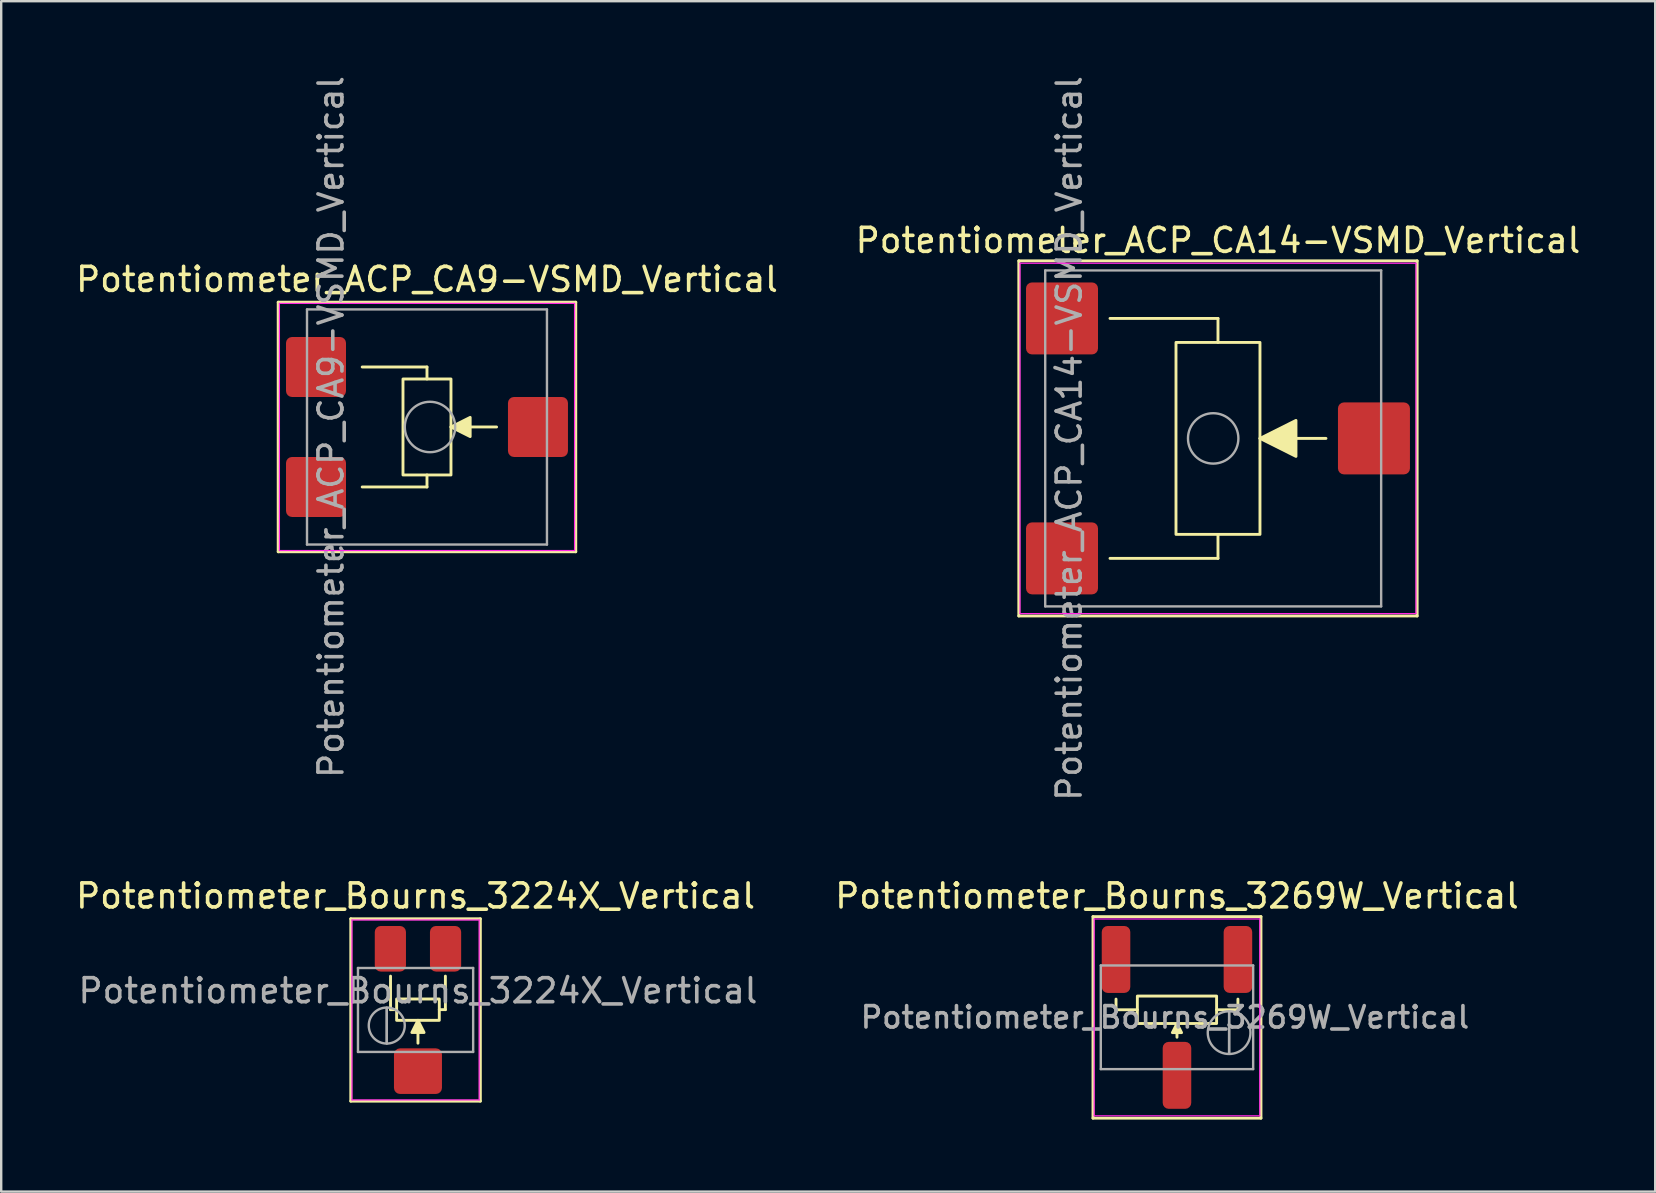
<source format=kicad_pcb>
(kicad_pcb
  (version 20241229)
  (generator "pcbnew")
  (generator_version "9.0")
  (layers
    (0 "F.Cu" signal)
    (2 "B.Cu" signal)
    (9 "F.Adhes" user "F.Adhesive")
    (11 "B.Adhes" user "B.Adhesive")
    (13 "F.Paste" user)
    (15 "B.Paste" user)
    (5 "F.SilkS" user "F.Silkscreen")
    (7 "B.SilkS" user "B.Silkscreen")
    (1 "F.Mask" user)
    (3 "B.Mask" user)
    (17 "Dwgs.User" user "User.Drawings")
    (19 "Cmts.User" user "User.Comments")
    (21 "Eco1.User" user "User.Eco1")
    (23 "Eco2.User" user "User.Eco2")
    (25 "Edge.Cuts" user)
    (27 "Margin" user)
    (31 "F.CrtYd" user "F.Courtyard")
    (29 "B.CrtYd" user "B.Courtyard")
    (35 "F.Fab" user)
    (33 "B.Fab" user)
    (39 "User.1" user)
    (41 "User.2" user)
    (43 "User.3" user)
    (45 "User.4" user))
  (footprint "Potentiometer_Bourns_3224X_Vertical"
    (layer "F.Cu")
    (at 14.368 39.039)
    (property "Reference" "Potentiometer_Bourns_3224X_Vertical" (at -0.1 -4.75 0) (layer "F.SilkS") (effects (font (size 1 1) (thickness 0.15))))
    (attr smd)
    (fp_line (start -2.8 -3.8) (end -2.8 3.8) (stroke (width 0.12) (type solid)) (layer "F.SilkS"))
    (fp_line (start -2.8 3.8) (end 2.6 3.8) (stroke (width 0.12) (type solid)) (layer "F.SilkS"))
    (fp_line (start -1.143 -1.41) (end -1.143 -0.013) (stroke (width 0.12) (type solid)) (layer "F.SilkS"))
    (fp_line (start -1.143 -0.013) (end -0.889 -0.013) (stroke (width 0.12) (type solid)) (layer "F.SilkS"))
    (fp_line (start 0 1.384) (end 0 0.432) (stroke (width 0.12) (type solid)) (layer "F.SilkS"))
    (fp_line (start 1.143 -1.41) (end 1.143 -0.013) (stroke (width 0.12) (type solid)) (layer "F.SilkS"))
    (fp_line (start 1.143 -0.013) (end 0.889 -0.013) (stroke (width 0.12) (type solid)) (layer "F.SilkS"))
    (fp_line (start 2.6 -3.8) (end -2.8 -3.8) (stroke (width 0.12) (type solid)) (layer "F.SilkS"))
    (fp_line (start 2.6 3.8) (end 2.6 -3.8) (stroke (width 0.12) (type solid)) (layer "F.SilkS"))
    (fp_rect (start -0.889 0.432) (end 0.889 -0.457) (stroke (width 0.12) (type solid)) (fill no) (layer "F.SilkS"))
    (fp_poly (pts (xy 0 0.432) (xy 0.254 0.94) (xy -0.254 0.94)) (stroke (width 0.12) (type solid)) (fill yes) (layer "F.SilkS"))
    (fp_line (start -2.75 -3.75) (end -2.75 3.75) (stroke (width 0.05) (type solid)) (layer "F.CrtYd"))
    (fp_line (start -2.75 3.75) (end 2.55 3.75) (stroke (width 0.05) (type solid)) (layer "F.CrtYd"))
    (fp_line (start 2.55 -3.75) (end -2.75 -3.75) (stroke (width 0.05) (type solid)) (layer "F.CrtYd"))
    (fp_line (start 2.55 3.75) (end 2.55 -3.75) (stroke (width 0.05) (type solid)) (layer "F.CrtYd"))
    (fp_line (start -2.5 -1.75) (end -2.5 1.75) (stroke (width 0.1) (type solid)) (layer "F.Fab"))
    (fp_line (start -2.5 1.75) (end 2.3 1.75) (stroke (width 0.1) (type solid)) (layer "F.Fab"))
    (fp_line (start -1.3 1.393) (end -1.299 -0.092) (stroke (width 0.1) (type solid)) (layer "F.Fab"))
    (fp_line (start -1.3 1.393) (end -1.299 -0.092) (stroke (width 0.1) (type solid)) (layer "F.Fab"))
    (fp_line (start 2.3 -1.75) (end -2.5 -1.75) (stroke (width 0.1) (type solid)) (layer "F.Fab"))
    (fp_line (start 2.3 1.75) (end 2.3 -1.75) (stroke (width 0.1) (type solid)) (layer "F.Fab"))
    (fp_circle (center -1.3 0.65) (end -0.55 0.65) (stroke (width 0.1) (type solid)) (fill no) (layer "F.Fab"))
    (fp_text user "${REFERENCE}" (at 0 -0.8 0) (layer "F.Fab") (effects (font (size 1 1) (thickness 0.15))))
    (pad "1" smd roundrect (at 1.15 -2.55) (size 1.3 1.9) (layers "F.Cu" "F.Mask" "F.Paste") (roundrect_rratio 0.192))
    (pad "2" smd roundrect (at 0 2.55) (size 2 1.9) (layers "F.Cu" "F.Mask" "F.Paste") (roundrect_rratio 0.132))
    (pad "3" smd roundrect (at -1.15 -2.55) (size 1.3 1.9) (layers "F.Cu" "F.Mask" "F.Paste") (roundrect_rratio 0.192)))
  (footprint "Potentiometer_ACP_CA14-VSMD_Vertical"
    (layer "F.Cu")
    (at 47.708 15.22)
    (property "Reference" "Potentiometer_ACP_CA14-VSMD_Vertical" (at 0 -8.25 0) (layer "F.SilkS") (effects (font (size 1 1) (thickness 0.15))))
    (attr smd)
    (fp_line (start -8.3 -7.4) (end 8.3 -7.4) (stroke (width 0.12) (type solid)) (layer "F.SilkS"))
    (fp_line (start -8.3 7.4) (end -8.3 -7.4) (stroke (width 0.12) (type solid)) (layer "F.SilkS"))
    (fp_line (start -4.5 -5) (end 0 -5) (stroke (width 0.12) (type solid)) (layer "F.SilkS"))
    (fp_line (start -4.5 5) (end 0 5) (stroke (width 0.12) (type solid)) (layer "F.SilkS"))
    (fp_line (start 0 -5) (end 0 -4) (stroke (width 0.12) (type solid)) (layer "F.SilkS"))
    (fp_line (start 0 5) (end 0 4) (stroke (width 0.12) (type solid)) (layer "F.SilkS"))
    (fp_line (start 1.75 0) (end 4.5 0) (stroke (width 0.12) (type solid)) (layer "F.SilkS"))
    (fp_line (start 8.3 -7.4) (end 8.3 7.4) (stroke (width 0.12) (type solid)) (layer "F.SilkS"))
    (fp_line (start 8.3 7.4) (end -8.3 7.4) (stroke (width 0.12) (type solid)) (layer "F.SilkS"))
    (fp_rect (start -1.75 -4) (end 1.75 4) (stroke (width 0.12) (type solid)) (fill no) (layer "F.SilkS"))
    (fp_poly (pts (xy 3.25 0.75) (xy 1.75 0) (xy 3.25 -0.75)) (stroke (width 0.12) (type solid)) (fill yes) (layer "F.SilkS"))
    (fp_line (start -8.25 -7.3) (end -8.25 7.3) (stroke (width 0.05) (type solid)) (layer "F.CrtYd"))
    (fp_line (start -8.25 7.3) (end 8.25 7.3) (stroke (width 0.05) (type solid)) (layer "F.CrtYd"))
    (fp_line (start 8.25 -7.3) (end -8.25 -7.3) (stroke (width 0.05) (type solid)) (layer "F.CrtYd"))
    (fp_line (start 8.25 7.3) (end 8.25 -7.3) (stroke (width 0.05) (type solid)) (layer "F.CrtYd"))
    (fp_line (start -7.2 -7) (end -7.2 7) (stroke (width 0.1) (type solid)) (layer "F.Fab"))
    (fp_line (start -7.2 7) (end 6.8 7) (stroke (width 0.1) (type solid)) (layer "F.Fab"))
    (fp_line (start 6.8 -7) (end -7.2 -7) (stroke (width 0.1) (type solid)) (layer "F.Fab"))
    (fp_line (start 6.8 7) (end 6.8 -7) (stroke (width 0.1) (type solid)) (layer "F.Fab"))
    (fp_circle (center -0.2 0) (end 0.85 0) (stroke (width 0.1) (type solid)) (fill no) (layer "F.Fab"))
    (fp_text user "${REFERENCE}" (at -6.2 0 90) (layer "F.Fab") (effects (font (size 1 1) (thickness 0.15))))
    (pad "1" smd roundrect (at -6.5 5) (size 3 3) (layers "F.Cu" "F.Mask" "F.Paste") (roundrect_rratio 0.083))
    (pad "2" smd roundrect (at 6.5 0) (size 3 3) (layers "F.Cu" "F.Mask" "F.Paste") (roundrect_rratio 0.083))
    (pad "3" smd roundrect (at -6.5 -5) (size 3 3) (layers "F.Cu" "F.Mask" "F.Paste") (roundrect_rratio 0.083)))
  (footprint "Potentiometer_Bourns_3269W_Vertical"
    (layer "F.Cu")
    (at 45.999 39.349)
    (property "Reference" "Potentiometer_Bourns_3269W_Vertical" (at 0 -5.06 0) (layer "F.SilkS") (effects (font (size 1 1) (thickness 0.15))))
    (attr smd)
    (fp_line (start -3.5 -4.2) (end 3.5 -4.2) (stroke (width 0.12) (type solid)) (layer "F.SilkS"))
    (fp_line (start -3.5 4.2) (end -3.5 -4.2) (stroke (width 0.12) (type solid)) (layer "F.SilkS"))
    (fp_line (start -2.54 -0.318) (end -2.54 -0.762) (stroke (width 0.12) (type solid)) (layer "F.SilkS"))
    (fp_line (start -1.651 -0.318) (end -2.54 -0.318) (stroke (width 0.12) (type solid)) (layer "F.SilkS"))
    (fp_line (start 0 0.254) (end 0 0.826) (stroke (width 0.12) (type solid)) (layer "F.SilkS"))
    (fp_line (start 1.651 -0.318) (end 2.54 -0.318) (stroke (width 0.12) (type solid)) (layer "F.SilkS"))
    (fp_line (start 2.54 -0.318) (end 2.54 -0.762) (stroke (width 0.12) (type solid)) (layer "F.SilkS"))
    (fp_line (start 3.5 -4.2) (end 3.5 4.2) (stroke (width 0.12) (type solid)) (layer "F.SilkS"))
    (fp_line (start 3.5 4.2) (end -3.5 4.2) (stroke (width 0.12) (type solid)) (layer "F.SilkS"))
    (fp_rect (start -1.651 -0.889) (end 1.651 0.254) (stroke (width 0.12) (type solid)) (fill no) (layer "F.SilkS"))
    (fp_poly (pts (xy 0 0.254) (xy 0.191 0.635) (xy -0.191 0.635) (xy 0 0.254)) (stroke (width 0.12) (type solid)) (fill yes) (layer "F.SilkS"))
    (fp_line (start -3.45 -4.1) (end -3.45 4.1) (stroke (width 0.05) (type solid)) (layer "F.CrtYd"))
    (fp_line (start -3.45 4.1) (end 3.45 4.1) (stroke (width 0.05) (type solid)) (layer "F.CrtYd"))
    (fp_line (start 3.45 -4.1) (end -3.45 -4.1) (stroke (width 0.05) (type solid)) (layer "F.CrtYd"))
    (fp_line (start 3.45 4.1) (end 3.45 -4.1) (stroke (width 0.05) (type solid)) (layer "F.CrtYd"))
    (fp_line (start -3.175 -2.165) (end -3.175 2.155) (stroke (width 0.1) (type solid)) (layer "F.Fab"))
    (fp_line (start -3.175 2.155) (end 3.175 2.155) (stroke (width 0.1) (type solid)) (layer "F.Fab"))
    (fp_line (start 2.173 1.517) (end 2.174 -0.246) (stroke (width 0.1) (type solid)) (layer "F.Fab"))
    (fp_line (start 2.173 1.517) (end 2.174 -0.246) (stroke (width 0.1) (type solid)) (layer "F.Fab"))
    (fp_line (start 3.175 -2.165) (end -3.175 -2.165) (stroke (width 0.1) (type solid)) (layer "F.Fab"))
    (fp_line (start 3.175 2.155) (end 3.175 -2.165) (stroke (width 0.1) (type solid)) (layer "F.Fab"))
    (fp_circle (center 2.173 0.635) (end 3.063 0.635) (stroke (width 0.1) (type solid)) (fill no) (layer "F.Fab"))
    (fp_text user "${REFERENCE}" (at -0.501 -0.005 0) (layer "F.Fab") (effects (font (size 0.89 0.89) (thickness 0.15))))
    (pad "1" smd roundrect (at 2.54 -2.415) (size 1.19 2.79) (layers "F.Cu" "F.Mask" "F.Paste") (roundrect_rratio 0.21))
    (pad "2" smd roundrect (at 0 2.415) (size 1.19 2.79) (layers "F.Cu" "F.Mask" "F.Paste") (roundrect_rratio 0.21))
    (pad "3" smd roundrect (at -2.54 -2.415) (size 1.19 2.79) (layers "F.Cu" "F.Mask" "F.Paste") (roundrect_rratio 0.21)))
  (footprint "Potentiometer_ACP_CA9-VSMD_Vertical"
    (layer "F.Cu")
    (at 14.744 14.744)
    (property "Reference" "Potentiometer_ACP_CA9-VSMD_Vertical" (at 0 -6.15 0) (layer "F.SilkS") (effects (font (size 1 1) (thickness 0.15))))
    (attr smd)
    (fp_line (start -6.2 -5.2) (end -6.2 5.2) (stroke (width 0.12) (type solid)) (layer "F.SilkS"))
    (fp_line (start -6.2 5.2) (end 6.2 5.2) (stroke (width 0.12) (type solid)) (layer "F.SilkS"))
    (fp_line (start -2.7 -2.5) (end 0 -2.5) (stroke (width 0.12) (type solid)) (layer "F.SilkS"))
    (fp_line (start -2.7 2.5) (end 0 2.5) (stroke (width 0.12) (type solid)) (layer "F.SilkS"))
    (fp_line (start 0 -2.5) (end 0 -2) (stroke (width 0.12) (type solid)) (layer "F.SilkS"))
    (fp_line (start 0 2.5) (end 0 2) (stroke (width 0.12) (type solid)) (layer "F.SilkS"))
    (fp_line (start 2.9 0) (end 1 0) (stroke (width 0.12) (type solid)) (layer "F.SilkS"))
    (fp_line (start 6.2 -5.2) (end -6.2 -5.2) (stroke (width 0.12) (type solid)) (layer "F.SilkS"))
    (fp_line (start 6.2 5.2) (end 6.2 -5.2) (stroke (width 0.12) (type solid)) (layer "F.SilkS"))
    (fp_rect (start -1 -2) (end 1 2) (stroke (width 0.12) (type solid)) (fill no) (layer "F.SilkS"))
    (fp_poly (pts (xy 1.8 0.4) (xy 1 0) (xy 1.8 -0.4)) (stroke (width 0.12) (type solid)) (fill yes) (layer "F.SilkS"))
    (fp_line (start -6.15 -5.15) (end -6.15 5.15) (stroke (width 0.05) (type solid)) (layer "F.CrtYd"))
    (fp_line (start -6.15 5.15) (end 6.15 5.15) (stroke (width 0.05) (type solid)) (layer "F.CrtYd"))
    (fp_line (start 6.15 -5.15) (end -6.15 -5.15) (stroke (width 0.05) (type solid)) (layer "F.CrtYd"))
    (fp_line (start 6.15 5.15) (end 6.15 -5.15) (stroke (width 0.05) (type solid)) (layer "F.CrtYd"))
    (fp_line (start -5 -4.9) (end -5 4.9) (stroke (width 0.1) (type solid)) (layer "F.Fab"))
    (fp_line (start -5 4.9) (end 5 4.9) (stroke (width 0.1) (type solid)) (layer "F.Fab"))
    (fp_line (start 5 -4.9) (end -5 -4.9) (stroke (width 0.1) (type solid)) (layer "F.Fab"))
    (fp_line (start 5 4.9) (end 5 -4.9) (stroke (width 0.1) (type solid)) (layer "F.Fab"))
    (fp_circle (center 0.125 0) (end 1.175 0) (stroke (width 0.1) (type solid)) (fill no) (layer "F.Fab"))
    (fp_text user "${REFERENCE}" (at -4 0 90) (layer "F.Fab") (effects (font (size 1 1) (thickness 0.15))))
    (pad "1" smd roundrect (at -4.625 2.5) (size 2.5 2.5) (layers "F.Cu" "F.Mask" "F.Paste") (roundrect_rratio 0.1))
    (pad "2" smd roundrect (at 4.625 0) (size 2.5 2.5) (layers "F.Cu" "F.Mask" "F.Paste") (roundrect_rratio 0.1))
    (pad "3" smd roundrect (at -4.625 -2.5) (size 2.5 2.5) (layers "F.Cu" "F.Mask" "F.Paste") (roundrect_rratio 0.1)))
  (gr_rect
    (start -3 -3)
    (end 65.929 46.609)
    (stroke (width 0.1) (type default))
    (fill no)
    (layer "Edge.Cuts")))
</source>
